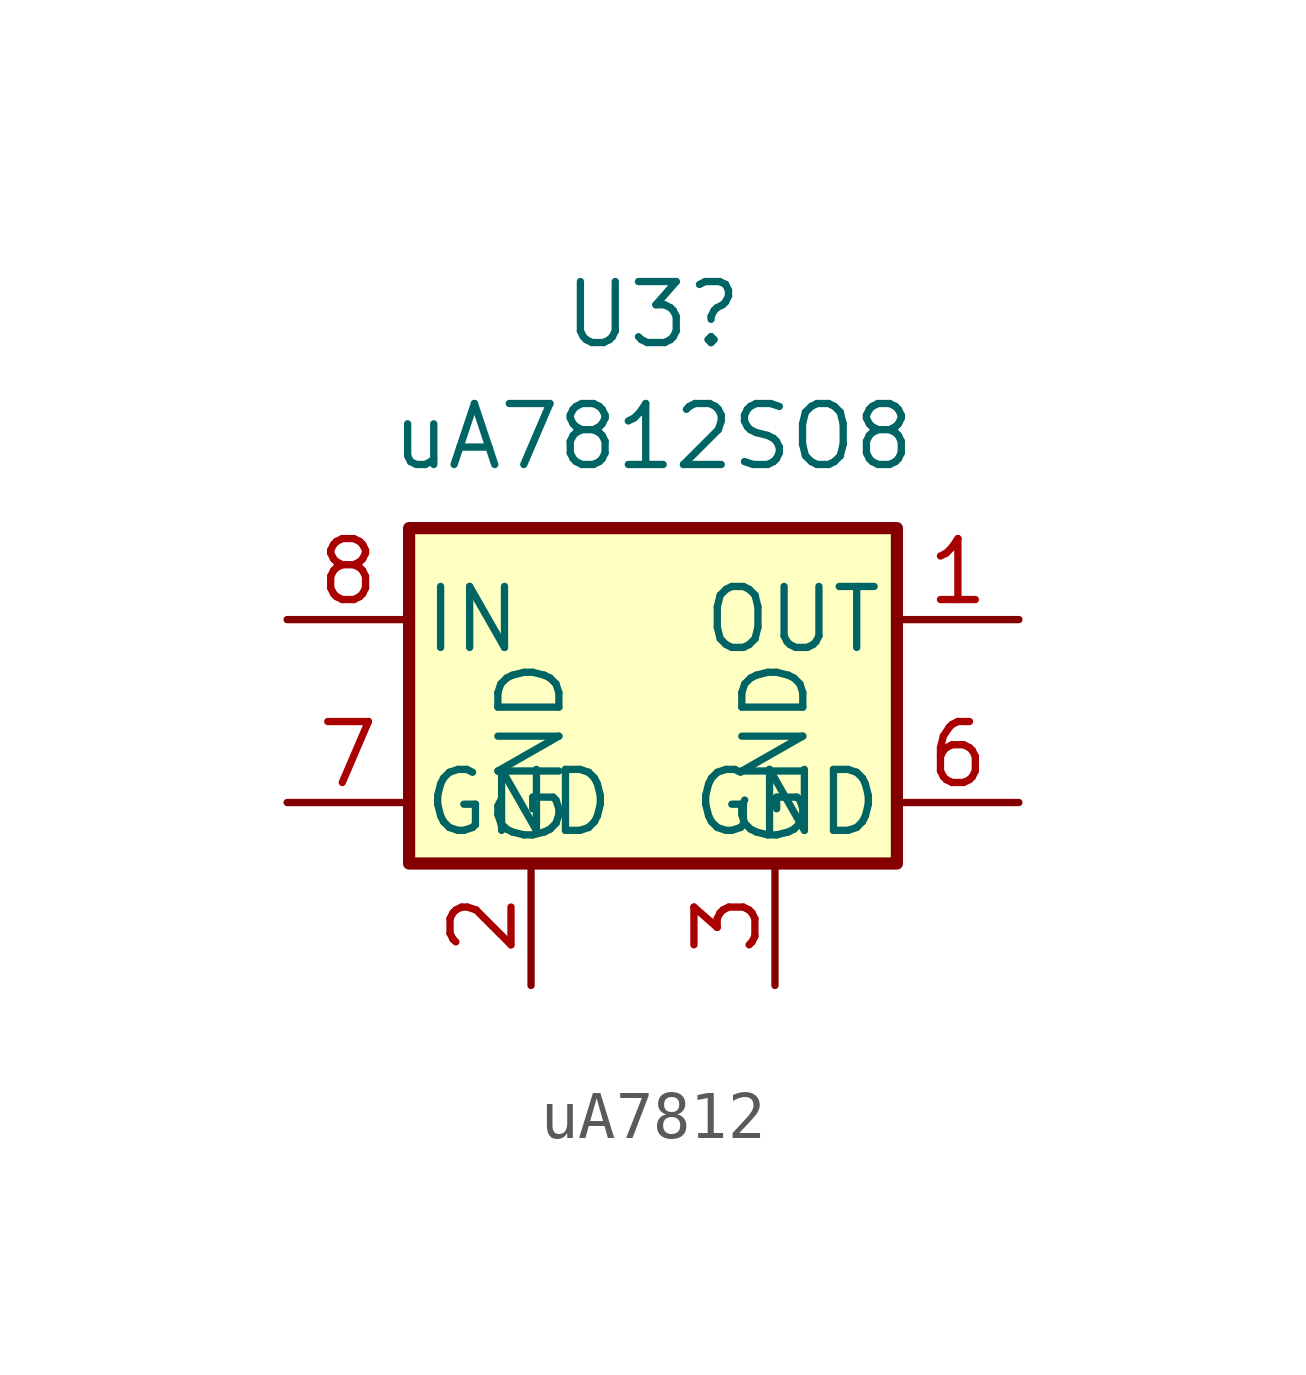
<source format=kicad_sym>
(kicad_symbol_lib
  (version 20231120)
  (generator "kicad_symbol_editor")
  (generator_version "8.0")
  (symbol "uA7812"
    (pin_names
      (offset 0.254))
    (property "Reference" "U3"
      (at 0 6.35 0)
      (effects (font (size 1.27 1.27))))
    (property "Value" "uA7812SO8"
      (at 0 3.81 0)
      (effects (font (size 1.27 1.27))))
    (symbol "uA7812_0_1"
      (rectangle (start -5.08 1.905) (end 5.08 -5.08) (stroke (width 0.254) (type default)) (fill (type background))))
    (symbol "uA7812_1_1"
      (pin power_out line (at 7.62 0 180) (length 2.54) (name "OUT" (effects (font (size 1.27 1.27)))) (number "1" (effects (font (size 1.27 1.27)))))
      (pin power_in line (at -2.54 -7.62 90) (length 2.54) (name "GND" (effects (font (size 1.27 1.27)))) (number "2" (effects (font (size 1.27 1.27)))))
      (pin power_in line (at 2.54 -7.62 90) (length 2.54) (name "GND" (effects (font (size 1.27 1.27)))) (number "3" (effects (font (size 1.27 1.27)))))
      (pin power_in line (at 7.62 -3.81 180) (length 2.54) (name "GND" (effects (font (size 1.27 1.27)))) (number "6" (effects (font (size 1.27 1.27)))))
      (pin power_in line (at -7.62 -3.81 0) (length 2.54) (name "GND" (effects (font (size 1.27 1.27)))) (number "7" (effects (font (size 1.27 1.27)))))
      (pin power_in line (at -7.62 0 0) (length 2.54) (name "IN" (effects (font (size 1.27 1.27)))) (number "8" (effects (font (size 1.27 1.27))))))))
</source>
